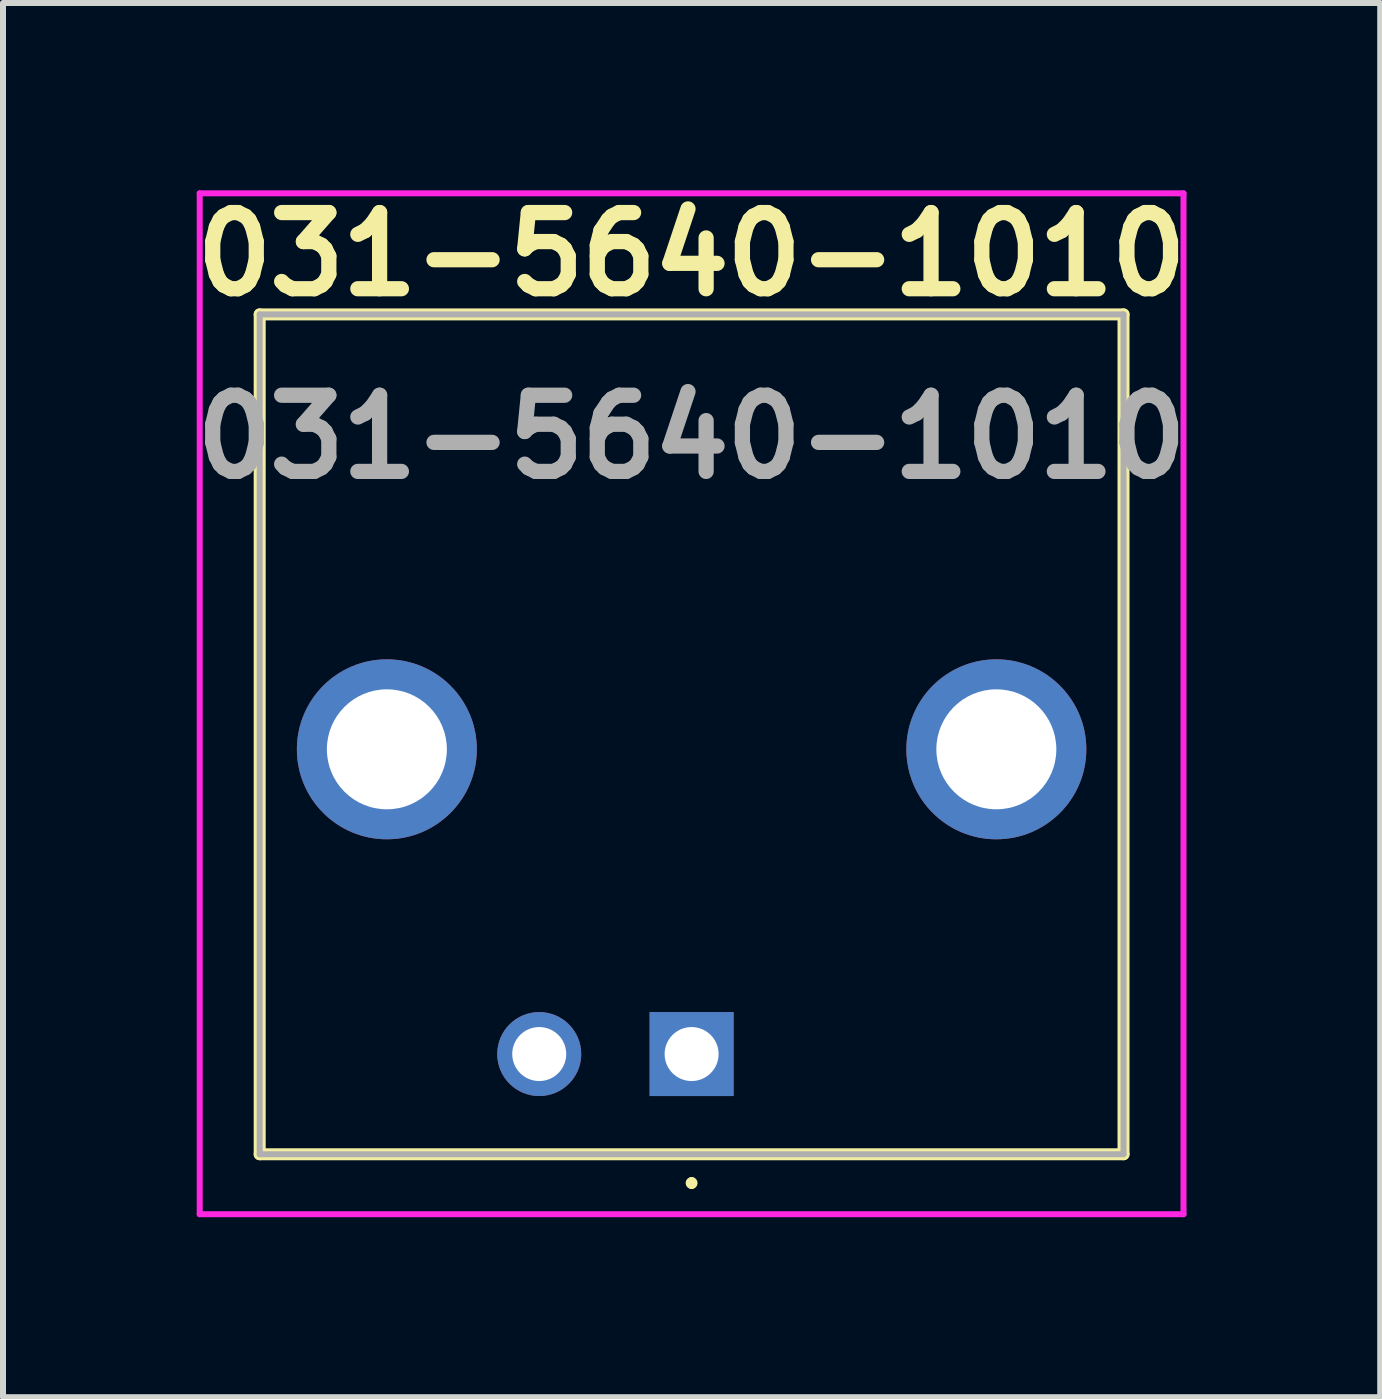
<source format=kicad_pcb>
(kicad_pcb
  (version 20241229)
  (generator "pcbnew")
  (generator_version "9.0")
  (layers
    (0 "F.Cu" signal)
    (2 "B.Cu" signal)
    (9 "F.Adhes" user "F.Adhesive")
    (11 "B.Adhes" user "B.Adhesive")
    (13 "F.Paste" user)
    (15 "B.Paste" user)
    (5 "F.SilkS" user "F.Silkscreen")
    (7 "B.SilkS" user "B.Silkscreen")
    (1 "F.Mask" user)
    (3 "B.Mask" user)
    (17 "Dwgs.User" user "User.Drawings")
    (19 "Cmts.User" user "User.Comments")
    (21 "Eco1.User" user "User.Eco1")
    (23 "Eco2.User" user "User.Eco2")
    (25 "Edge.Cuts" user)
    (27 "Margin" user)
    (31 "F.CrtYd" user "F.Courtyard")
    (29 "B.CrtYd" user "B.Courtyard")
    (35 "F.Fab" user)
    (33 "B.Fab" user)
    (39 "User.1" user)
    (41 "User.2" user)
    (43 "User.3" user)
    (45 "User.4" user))
  (footprint "031-5640-1010"
    (layer "F.Cu")
    (at 8.479 8.809)
    (property "Reference" "031-5640-1010" (at 0 -7.62 0) (layer "F.SilkS") (effects (font (size 1.27 1.27) (thickness 0.254))))
    (attr through_hole)
    (fp_line (start -7.2 -6.618) (end -7.2 7.382) (stroke (width 0.2) (type solid)) (layer "F.SilkS"))
    (fp_line (start -7.2 7.382) (end 7.2 7.382) (stroke (width 0.2) (type solid)) (layer "F.SilkS"))
    (fp_line (start 0 7.812) (end 0 7.812) (stroke (width 0.1) (type solid)) (layer "F.SilkS"))
    (fp_line (start 0 7.912) (end 0 7.912) (stroke (width 0.1) (type solid)) (layer "F.SilkS"))
    (fp_line (start 7.2 -6.618) (end -7.2 -6.618) (stroke (width 0.2) (type solid)) (layer "F.SilkS"))
    (fp_line (start 7.2 7.382) (end 7.2 -6.618) (stroke (width 0.2) (type solid)) (layer "F.SilkS"))
    (fp_arc (start 0 7.812) (mid 0.05 7.862) (end 0 7.912) (stroke (width 0.1) (type solid)) (layer "F.SilkS"))
    (fp_arc (start 0 7.912) (mid -0.05 7.862) (end 0 7.812) (stroke (width 0.1) (type solid)) (layer "F.SilkS"))
    (fp_line (start -8.2 -8.636) (end 8.2 -8.636) (stroke (width 0.1) (type solid)) (layer "F.CrtYd"))
    (fp_line (start -8.2 8.382) (end -8.2 -8.636) (stroke (width 0.1) (type solid)) (layer "F.CrtYd"))
    (fp_line (start 8.2 -8.636) (end 8.2 8.382) (stroke (width 0.1) (type solid)) (layer "F.CrtYd"))
    (fp_line (start 8.2 8.382) (end -8.2 8.382) (stroke (width 0.1) (type solid)) (layer "F.CrtYd"))
    (fp_line (start -7.2 -6.618) (end -7.2 7.382) (stroke (width 0.1) (type solid)) (layer "F.Fab"))
    (fp_line (start -7.2 7.382) (end 7.2 7.382) (stroke (width 0.1) (type solid)) (layer "F.Fab"))
    (fp_line (start 7.2 -6.618) (end -7.2 -6.618) (stroke (width 0.1) (type solid)) (layer "F.Fab"))
    (fp_line (start 7.2 7.382) (end 7.2 -6.618) (stroke (width 0.1) (type solid)) (layer "F.Fab"))
    (fp_text user "${REFERENCE}" (at 0 -4.575 0) (layer "F.Fab") (effects (font (size 1.27 1.27) (thickness 0.254))))
    (pad "1" thru_hole rect (at 0 5.712) (size 1.4 1.4) (drill 0.9) (layers "*.Cu" "*.Mask"))
    (pad "2" thru_hole circle (at -2.54 5.712) (size 1.4 1.4) (drill 0.9) (layers "*.Cu" "*.Mask"))
    (pad "3" thru_hole circle (at 5.08 0.632) (size 3 3) (drill 2) (layers "*.Cu" "*.Mask"))
    (pad "4" thru_hole circle (at -5.08 0.632) (size 3 3) (drill 2) (layers "*.Cu" "*.Mask")))
  (gr_rect
    (start -3 -3)
    (end 19.958 20.241)
    (stroke (width 0.1) (type default))
    (fill no)
    (layer "Edge.Cuts")))
</source>
